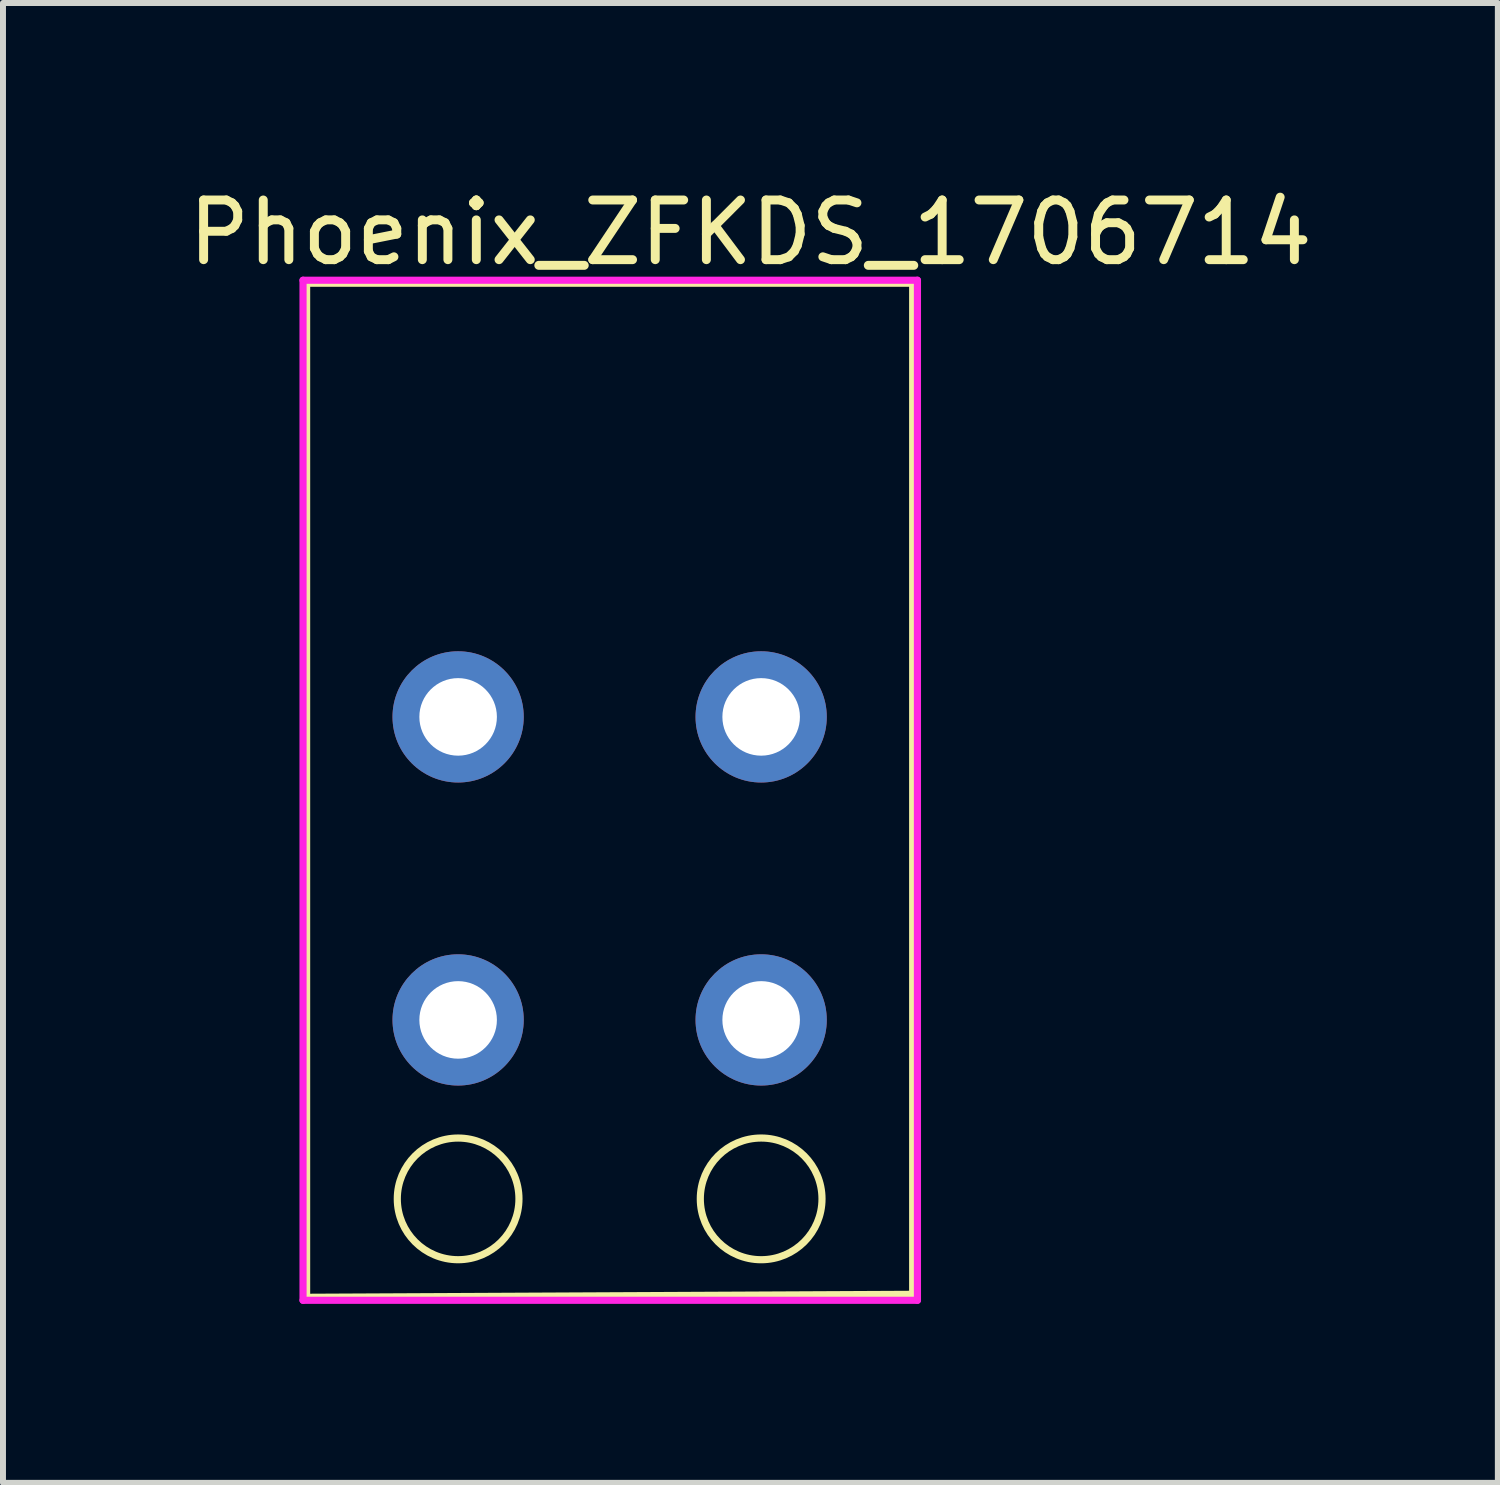
<source format=kicad_pcb>
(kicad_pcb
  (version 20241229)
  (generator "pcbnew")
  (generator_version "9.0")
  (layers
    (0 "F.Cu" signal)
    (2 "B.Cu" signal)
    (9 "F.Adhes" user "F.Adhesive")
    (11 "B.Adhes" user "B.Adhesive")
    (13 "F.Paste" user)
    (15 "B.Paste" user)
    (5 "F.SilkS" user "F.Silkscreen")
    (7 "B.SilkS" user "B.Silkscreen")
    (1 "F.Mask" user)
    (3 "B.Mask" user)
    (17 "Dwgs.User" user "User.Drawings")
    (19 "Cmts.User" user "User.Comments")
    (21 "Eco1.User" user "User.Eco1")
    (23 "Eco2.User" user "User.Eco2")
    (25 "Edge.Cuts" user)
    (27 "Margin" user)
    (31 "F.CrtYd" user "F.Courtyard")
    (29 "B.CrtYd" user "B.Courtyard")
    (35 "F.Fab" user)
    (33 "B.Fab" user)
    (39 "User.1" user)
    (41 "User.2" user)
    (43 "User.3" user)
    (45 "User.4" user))
  (footprint "Phoenix_ZFKDS_1706714"
    (layer "F.Cu")
    (at 4.63 14.048)
    (property "Reference" "Phoenix_ZFKDS_1706714" (at 4.9 -13.2 0) (layer "F.SilkS") (effects (font (size 1 1) (thickness 0.15))))
    (attr through_hole)
    (fp_line (start -2.54 -12.35) (end -2.54 4.65) (stroke (width 0.12) (type solid)) (layer "F.SilkS"))
    (fp_line (start -2.54 4.65) (end 7.62 4.6) (stroke (width 0.12) (type solid)) (layer "F.SilkS"))
    (fp_line (start 7.62 -12.35) (end -2.54 -12.35) (stroke (width 0.12) (type solid)) (layer "F.SilkS"))
    (fp_line (start 7.62 4.6) (end 7.62 -12.35) (stroke (width 0.12) (type solid)) (layer "F.SilkS"))
    (fp_circle (center 0 3) (end 1 2.8) (stroke (width 0.12) (type solid)) (fill no) (layer "F.SilkS"))
    (fp_circle (center 5.08 3) (end 6.1 3) (stroke (width 0.12) (type solid)) (fill no) (layer "F.SilkS"))
    (fp_line (start -2.6 -12.4) (end 7.7 -12.4) (stroke (width 0.12) (type solid)) (layer "F.CrtYd"))
    (fp_line (start -2.6 4.7) (end -2.6 -12.4) (stroke (width 0.12) (type solid)) (layer "F.CrtYd"))
    (fp_line (start 7.7 -12.4) (end 7.7 4.7) (stroke (width 0.12) (type solid)) (layer "F.CrtYd"))
    (fp_line (start 7.7 4.7) (end -2.6 4.7) (stroke (width 0.12) (type solid)) (layer "F.CrtYd"))
    (pad "1" thru_hole circle (at 0 -5.08) (size 2.2 2.2) (drill 1.3) (layers "*.Cu" "*.Mask"))
    (pad "1" thru_hole circle (at 0 0) (size 2.2 2.2) (drill 1.3) (layers "*.Cu" "*.Mask"))
    (pad "2" thru_hole circle (at 5.08 -5.08) (size 2.2 2.2) (drill 1.3) (layers "*.Cu" "*.Mask"))
    (pad "2" thru_hole circle (at 5.08 0) (size 2.2 2.2) (drill 1.3) (layers "*.Cu" "*.Mask")))
  (gr_rect
    (start -3 -3)
    (end 22.06 21.808)
    (stroke (width 0.1) (type default))
    (fill no)
    (layer "Edge.Cuts")))
</source>
